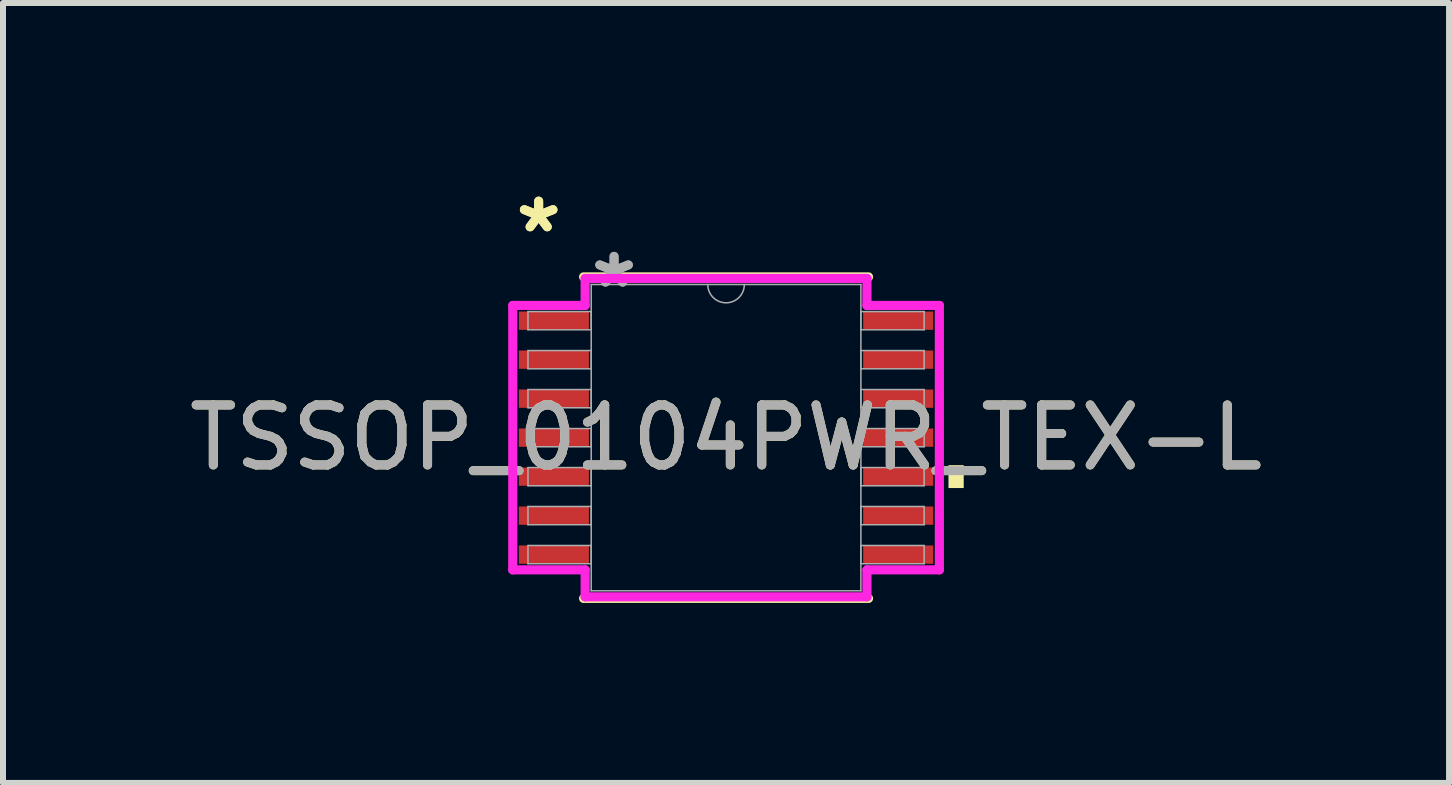
<source format=kicad_pcb>
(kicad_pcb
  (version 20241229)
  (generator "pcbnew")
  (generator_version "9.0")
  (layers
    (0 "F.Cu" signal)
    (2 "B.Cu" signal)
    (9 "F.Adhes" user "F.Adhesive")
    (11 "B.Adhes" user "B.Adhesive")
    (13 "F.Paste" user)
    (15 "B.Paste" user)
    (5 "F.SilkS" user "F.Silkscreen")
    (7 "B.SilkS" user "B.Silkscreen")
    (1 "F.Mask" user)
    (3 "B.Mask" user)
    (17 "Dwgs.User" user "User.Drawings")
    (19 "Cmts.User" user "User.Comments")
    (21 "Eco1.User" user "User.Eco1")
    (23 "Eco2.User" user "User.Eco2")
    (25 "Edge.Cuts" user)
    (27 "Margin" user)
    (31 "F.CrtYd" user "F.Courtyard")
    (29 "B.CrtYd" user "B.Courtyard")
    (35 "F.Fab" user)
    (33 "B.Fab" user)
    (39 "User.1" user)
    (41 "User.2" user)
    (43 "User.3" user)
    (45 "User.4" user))
  (footprint "TSSOP_0104PWR_TEX-L"
    (layer "F.Cu")
    (at 9.054 4.246)
    (property "Reference" "TSSOP_0104PWR_TEX-L" (at 0 0 0) (unlocked yes) (layer "F.SilkS") (effects (font (size 1 1) (thickness 0.15))))
    (attr smd)
    (fp_line (start -2.375 2.68) (end 2.375 2.68) (stroke (width 0.152) (type solid)) (layer "F.SilkS"))
    (fp_line (start 2.375 -2.68) (end -2.375 -2.68) (stroke (width 0.152) (type solid)) (layer "F.SilkS"))
    (fp_poly (pts (xy 3.962 0.459) (xy 3.962 0.84) (xy 3.708 0.84) (xy 3.708 0.459)) (stroke (width 0) (type solid)) (fill yes) (layer "F.SilkS"))
    (fp_line (start -3.556 -2.204) (end -2.349 -2.204) (stroke (width 0.152) (type solid)) (layer "F.CrtYd"))
    (fp_line (start -3.556 2.204) (end -3.556 -2.204) (stroke (width 0.152) (type solid)) (layer "F.CrtYd"))
    (fp_line (start -3.556 2.204) (end -2.349 2.204) (stroke (width 0.152) (type solid)) (layer "F.CrtYd"))
    (fp_line (start -2.349 -2.654) (end 2.349 -2.654) (stroke (width 0.152) (type solid)) (layer "F.CrtYd"))
    (fp_line (start -2.349 -2.204) (end -2.349 -2.654) (stroke (width 0.152) (type solid)) (layer "F.CrtYd"))
    (fp_line (start -2.349 2.654) (end -2.349 2.204) (stroke (width 0.152) (type solid)) (layer "F.CrtYd"))
    (fp_line (start 2.349 -2.654) (end 2.349 -2.204) (stroke (width 0.152) (type solid)) (layer "F.CrtYd"))
    (fp_line (start 2.349 2.204) (end 2.349 2.654) (stroke (width 0.152) (type solid)) (layer "F.CrtYd"))
    (fp_line (start 2.349 2.654) (end -2.349 2.654) (stroke (width 0.152) (type solid)) (layer "F.CrtYd"))
    (fp_line (start 3.556 -2.204) (end 2.349 -2.204) (stroke (width 0.152) (type solid)) (layer "F.CrtYd"))
    (fp_line (start 3.556 -2.204) (end 3.556 2.204) (stroke (width 0.152) (type solid)) (layer "F.CrtYd"))
    (fp_line (start 3.556 2.204) (end 2.349 2.204) (stroke (width 0.152) (type solid)) (layer "F.CrtYd"))
    (fp_line (start -3.302 -2.102) (end -3.302 -1.798) (stroke (width 0.025) (type solid)) (layer "F.Fab"))
    (fp_line (start -3.302 -1.798) (end -2.248 -1.798) (stroke (width 0.025) (type solid)) (layer "F.Fab"))
    (fp_line (start -3.302 -1.452) (end -3.302 -1.148) (stroke (width 0.025) (type solid)) (layer "F.Fab"))
    (fp_line (start -3.302 -1.148) (end -2.248 -1.148) (stroke (width 0.025) (type solid)) (layer "F.Fab"))
    (fp_line (start -3.302 -0.802) (end -3.302 -0.498) (stroke (width 0.025) (type solid)) (layer "F.Fab"))
    (fp_line (start -3.302 -0.498) (end -2.248 -0.498) (stroke (width 0.025) (type solid)) (layer "F.Fab"))
    (fp_line (start -3.302 -0.152) (end -3.302 0.152) (stroke (width 0.025) (type solid)) (layer "F.Fab"))
    (fp_line (start -3.302 0.152) (end -2.248 0.152) (stroke (width 0.025) (type solid)) (layer "F.Fab"))
    (fp_line (start -3.302 0.498) (end -3.302 0.802) (stroke (width 0.025) (type solid)) (layer "F.Fab"))
    (fp_line (start -3.302 0.802) (end -2.248 0.802) (stroke (width 0.025) (type solid)) (layer "F.Fab"))
    (fp_line (start -3.302 1.148) (end -3.302 1.452) (stroke (width 0.025) (type solid)) (layer "F.Fab"))
    (fp_line (start -3.302 1.452) (end -2.248 1.452) (stroke (width 0.025) (type solid)) (layer "F.Fab"))
    (fp_line (start -3.302 1.798) (end -3.302 2.102) (stroke (width 0.025) (type solid)) (layer "F.Fab"))
    (fp_line (start -3.302 2.102) (end -2.248 2.102) (stroke (width 0.025) (type solid)) (layer "F.Fab"))
    (fp_line (start -2.248 -2.553) (end -2.248 2.553) (stroke (width 0.025) (type solid)) (layer "F.Fab"))
    (fp_line (start -2.248 -2.102) (end -3.302 -2.102) (stroke (width 0.025) (type solid)) (layer "F.Fab"))
    (fp_line (start -2.248 -1.798) (end -2.248 -2.102) (stroke (width 0.025) (type solid)) (layer "F.Fab"))
    (fp_line (start -2.248 -1.452) (end -3.302 -1.452) (stroke (width 0.025) (type solid)) (layer "F.Fab"))
    (fp_line (start -2.248 -1.148) (end -2.248 -1.452) (stroke (width 0.025) (type solid)) (layer "F.Fab"))
    (fp_line (start -2.248 -0.802) (end -3.302 -0.802) (stroke (width 0.025) (type solid)) (layer "F.Fab"))
    (fp_line (start -2.248 -0.498) (end -2.248 -0.802) (stroke (width 0.025) (type solid)) (layer "F.Fab"))
    (fp_line (start -2.248 -0.152) (end -3.302 -0.152) (stroke (width 0.025) (type solid)) (layer "F.Fab"))
    (fp_line (start -2.248 0.152) (end -2.248 -0.152) (stroke (width 0.025) (type solid)) (layer "F.Fab"))
    (fp_line (start -2.248 0.498) (end -3.302 0.498) (stroke (width 0.025) (type solid)) (layer "F.Fab"))
    (fp_line (start -2.248 0.802) (end -2.248 0.498) (stroke (width 0.025) (type solid)) (layer "F.Fab"))
    (fp_line (start -2.248 1.148) (end -3.302 1.148) (stroke (width 0.025) (type solid)) (layer "F.Fab"))
    (fp_line (start -2.248 1.452) (end -2.248 1.148) (stroke (width 0.025) (type solid)) (layer "F.Fab"))
    (fp_line (start -2.248 1.798) (end -3.302 1.798) (stroke (width 0.025) (type solid)) (layer "F.Fab"))
    (fp_line (start -2.248 2.102) (end -2.248 1.798) (stroke (width 0.025) (type solid)) (layer "F.Fab"))
    (fp_line (start -2.248 2.553) (end 2.248 2.553) (stroke (width 0.025) (type solid)) (layer "F.Fab"))
    (fp_line (start 2.248 -2.553) (end -2.248 -2.553) (stroke (width 0.025) (type solid)) (layer "F.Fab"))
    (fp_line (start 2.248 -2.102) (end 2.248 -1.798) (stroke (width 0.025) (type solid)) (layer "F.Fab"))
    (fp_line (start 2.248 -1.798) (end 3.302 -1.798) (stroke (width 0.025) (type solid)) (layer "F.Fab"))
    (fp_line (start 2.248 -1.452) (end 2.248 -1.148) (stroke (width 0.025) (type solid)) (layer "F.Fab"))
    (fp_line (start 2.248 -1.148) (end 3.302 -1.148) (stroke (width 0.025) (type solid)) (layer "F.Fab"))
    (fp_line (start 2.248 -0.802) (end 2.248 -0.498) (stroke (width 0.025) (type solid)) (layer "F.Fab"))
    (fp_line (start 2.248 -0.498) (end 3.302 -0.498) (stroke (width 0.025) (type solid)) (layer "F.Fab"))
    (fp_line (start 2.248 -0.152) (end 2.248 0.152) (stroke (width 0.025) (type solid)) (layer "F.Fab"))
    (fp_line (start 2.248 0.152) (end 3.302 0.152) (stroke (width 0.025) (type solid)) (layer "F.Fab"))
    (fp_line (start 2.248 0.498) (end 2.248 0.802) (stroke (width 0.025) (type solid)) (layer "F.Fab"))
    (fp_line (start 2.248 0.802) (end 3.302 0.802) (stroke (width 0.025) (type solid)) (layer "F.Fab"))
    (fp_line (start 2.248 1.148) (end 2.248 1.452) (stroke (width 0.025) (type solid)) (layer "F.Fab"))
    (fp_line (start 2.248 1.452) (end 3.302 1.452) (stroke (width 0.025) (type solid)) (layer "F.Fab"))
    (fp_line (start 2.248 1.798) (end 2.248 2.102) (stroke (width 0.025) (type solid)) (layer "F.Fab"))
    (fp_line (start 2.248 2.102) (end 3.302 2.102) (stroke (width 0.025) (type solid)) (layer "F.Fab"))
    (fp_line (start 2.248 2.553) (end 2.248 -2.553) (stroke (width 0.025) (type solid)) (layer "F.Fab"))
    (fp_line (start 3.302 -2.102) (end 2.248 -2.102) (stroke (width 0.025) (type solid)) (layer "F.Fab"))
    (fp_line (start 3.302 -1.798) (end 3.302 -2.102) (stroke (width 0.025) (type solid)) (layer "F.Fab"))
    (fp_line (start 3.302 -1.452) (end 2.248 -1.452) (stroke (width 0.025) (type solid)) (layer "F.Fab"))
    (fp_line (start 3.302 -1.148) (end 3.302 -1.452) (stroke (width 0.025) (type solid)) (layer "F.Fab"))
    (fp_line (start 3.302 -0.802) (end 2.248 -0.802) (stroke (width 0.025) (type solid)) (layer "F.Fab"))
    (fp_line (start 3.302 -0.498) (end 3.302 -0.802) (stroke (width 0.025) (type solid)) (layer "F.Fab"))
    (fp_line (start 3.302 -0.152) (end 2.248 -0.152) (stroke (width 0.025) (type solid)) (layer "F.Fab"))
    (fp_line (start 3.302 0.152) (end 3.302 -0.152) (stroke (width 0.025) (type solid)) (layer "F.Fab"))
    (fp_line (start 3.302 0.498) (end 2.248 0.498) (stroke (width 0.025) (type solid)) (layer "F.Fab"))
    (fp_line (start 3.302 0.802) (end 3.302 0.498) (stroke (width 0.025) (type solid)) (layer "F.Fab"))
    (fp_line (start 3.302 1.148) (end 2.248 1.148) (stroke (width 0.025) (type solid)) (layer "F.Fab"))
    (fp_line (start 3.302 1.452) (end 3.302 1.148) (stroke (width 0.025) (type solid)) (layer "F.Fab"))
    (fp_line (start 3.302 1.798) (end 2.248 1.798) (stroke (width 0.025) (type solid)) (layer "F.Fab"))
    (fp_line (start 3.302 2.102) (end 3.302 1.798) (stroke (width 0.025) (type solid)) (layer "F.Fab"))
    (fp_arc (start 0.3048 -2.5527) (mid 0 -2.2479) (end -0.3048 -2.5527) (stroke (width 0.0254) (type solid)) (layer "F.Fab"))
    (fp_text user "*" (at -3.124 -3.398 0) (unlocked yes) (layer "F.SilkS") (effects (font (size 1 1) (thickness 0.15))))
    (fp_text user "*" (at -3.124 -3.398 0) (layer "F.SilkS") (effects (font (size 1 1) (thickness 0.15))))
    (fp_text user "${REFERENCE}" (at 0 0 0) (unlocked yes) (layer "F.Fab") (effects (font (size 1 1) (thickness 0.15))))
    (fp_text user "*" (at -1.867 -2.477 0) (unlocked yes) (layer "F.Fab") (effects (font (size 1 1) (thickness 0.15))))
    (fp_text user "*" (at -1.867 -2.477 0) (layer "F.Fab") (effects (font (size 1 1) (thickness 0.15))))
    (pad "1" smd rect (at -2.87 -1.95) (size 1.168 0.305) (layers "F.Cu" "F.Mask" "F.Paste"))
    (pad "2" smd rect (at -2.87 -1.3) (size 1.168 0.305) (layers "F.Cu" "F.Mask" "F.Paste"))
    (pad "3" smd rect (at -2.87 -0.65) (size 1.168 0.305) (layers "F.Cu" "F.Mask" "F.Paste"))
    (pad "4" smd rect (at -2.87 0) (size 1.168 0.305) (layers "F.Cu" "F.Mask" "F.Paste"))
    (pad "5" smd rect (at -2.87 0.65) (size 1.168 0.305) (layers "F.Cu" "F.Mask" "F.Paste"))
    (pad "6" smd rect (at -2.87 1.3) (size 1.168 0.305) (layers "F.Cu" "F.Mask" "F.Paste"))
    (pad "7" smd rect (at -2.87 1.95) (size 1.168 0.305) (layers "F.Cu" "F.Mask" "F.Paste"))
    (pad "8" smd rect (at 2.87 1.95) (size 1.168 0.305) (layers "F.Cu" "F.Mask" "F.Paste"))
    (pad "9" smd rect (at 2.87 1.3) (size 1.168 0.305) (layers "F.Cu" "F.Mask" "F.Paste"))
    (pad "10" smd rect (at 2.87 0.65) (size 1.168 0.305) (layers "F.Cu" "F.Mask" "F.Paste"))
    (pad "11" smd rect (at 2.87 0) (size 1.168 0.305) (layers "F.Cu" "F.Mask" "F.Paste"))
    (pad "12" smd rect (at 2.87 -0.65) (size 1.168 0.305) (layers "F.Cu" "F.Mask" "F.Paste"))
    (pad "13" smd rect (at 2.87 -1.3) (size 1.168 0.305) (layers "F.Cu" "F.Mask" "F.Paste"))
    (pad "14" smd rect (at 2.87 -1.95) (size 1.168 0.305) (layers "F.Cu" "F.Mask" "F.Paste")))
  (gr_rect
    (start -3 -3)
    (end 21.107 10.002)
    (stroke (width 0.1) (type default))
    (fill no)
    (layer "Edge.Cuts")))
</source>
